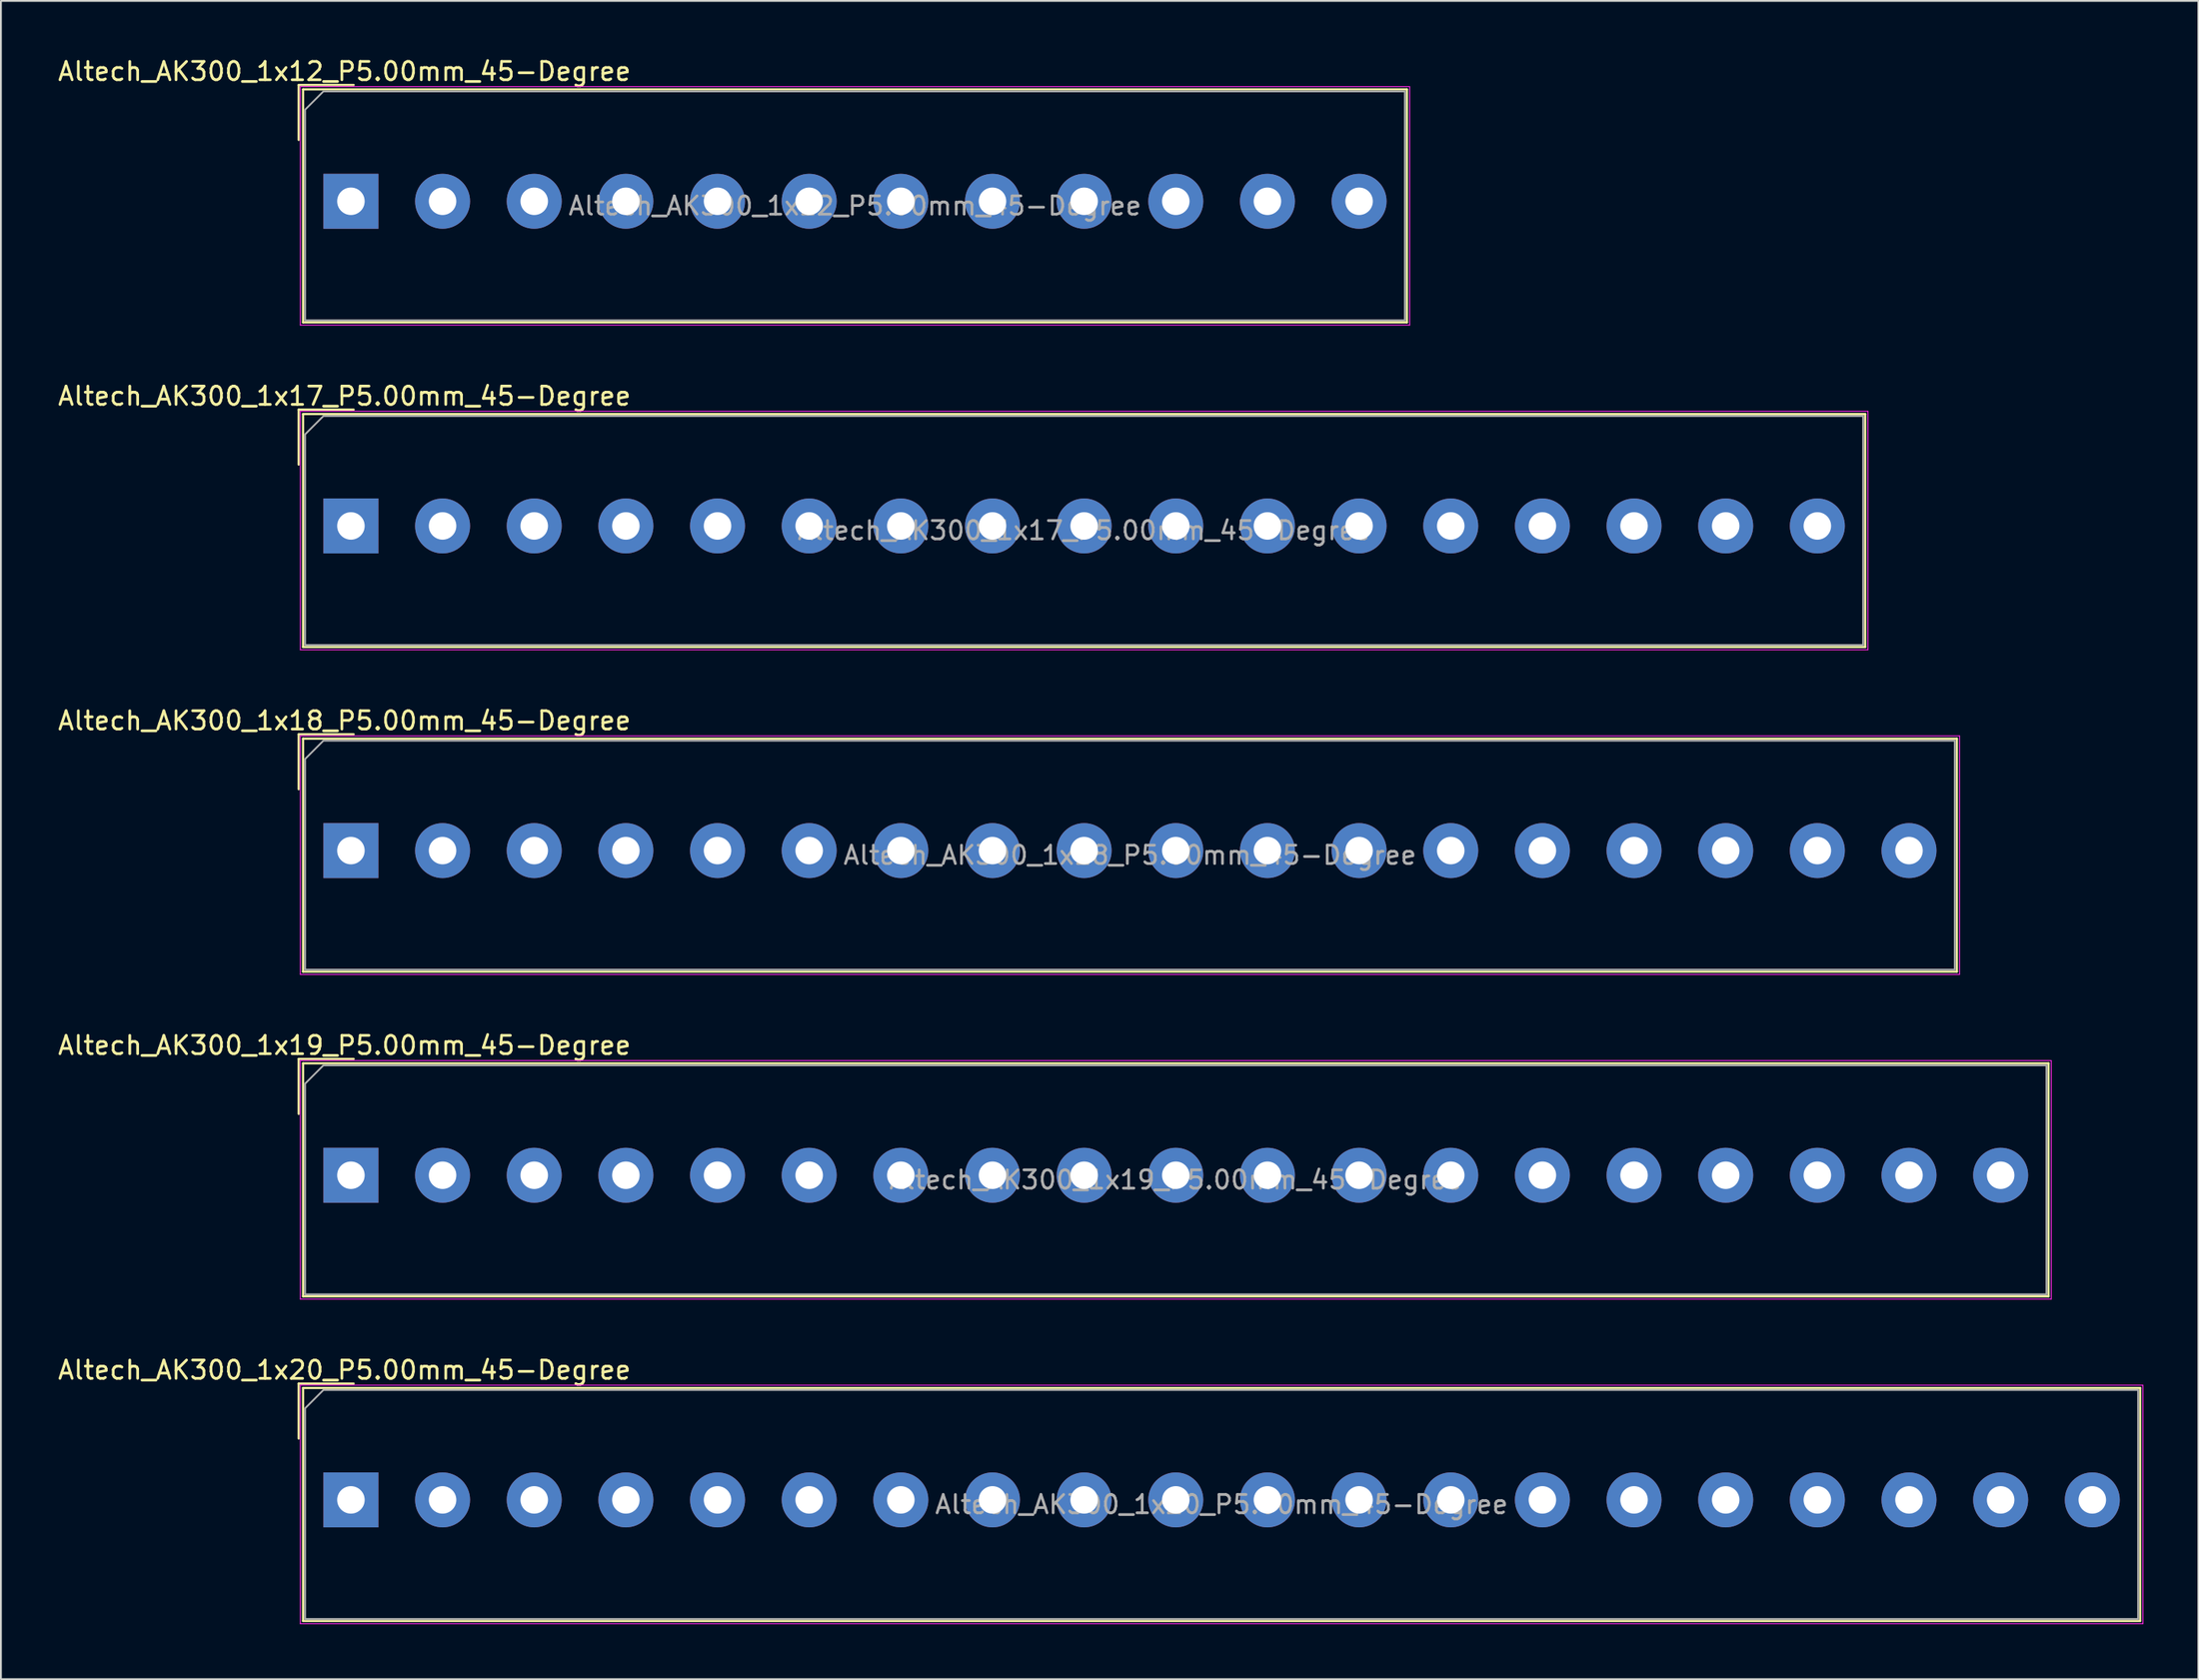
<source format=kicad_pcb>
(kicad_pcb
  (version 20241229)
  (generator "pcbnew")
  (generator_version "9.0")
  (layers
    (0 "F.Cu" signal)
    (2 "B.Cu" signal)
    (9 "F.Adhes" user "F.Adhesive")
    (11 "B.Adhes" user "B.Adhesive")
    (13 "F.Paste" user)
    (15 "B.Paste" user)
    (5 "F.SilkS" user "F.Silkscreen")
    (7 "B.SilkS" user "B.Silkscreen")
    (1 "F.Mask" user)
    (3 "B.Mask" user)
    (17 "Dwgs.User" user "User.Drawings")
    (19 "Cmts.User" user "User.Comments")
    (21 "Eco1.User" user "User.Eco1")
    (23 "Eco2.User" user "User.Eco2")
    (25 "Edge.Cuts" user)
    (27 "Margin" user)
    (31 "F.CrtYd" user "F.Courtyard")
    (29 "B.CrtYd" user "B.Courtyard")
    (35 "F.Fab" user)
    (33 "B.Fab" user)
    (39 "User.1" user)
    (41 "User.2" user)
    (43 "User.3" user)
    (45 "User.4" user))
  (footprint "Altech_AK300_1x17_P5.00mm_45-Degree"
    (layer "F.Cu")
    (at 16.094 25.662)
    (property "Reference" "Altech_AK300_1x17_P5.00mm_45-Degree" (at -0.35 -7.09 0) (layer "F.SilkS") (effects (font (size 1 1) (thickness 0.15))))
    (attr through_hole)
    (fp_line (start -2.85 -6.35) (end 0.15 -6.35) (stroke (width 0.12) (type solid)) (layer "F.SilkS"))
    (fp_line (start -2.85 -3.35) (end -2.85 -6.35) (stroke (width 0.12) (type solid)) (layer "F.SilkS"))
    (fp_line (start -2.61 -6.11) (end -2.61 6.61) (stroke (width 0.12) (type solid)) (layer "F.SilkS"))
    (fp_line (start -2.61 -6.11) (end 82.61 -6.11) (stroke (width 0.12) (type solid)) (layer "F.SilkS"))
    (fp_line (start -2.61 6.61) (end 82.61 6.61) (stroke (width 0.12) (type solid)) (layer "F.SilkS"))
    (fp_line (start 82.61 -6.11) (end 82.61 6.61) (stroke (width 0.12) (type solid)) (layer "F.SilkS"))
    (fp_line (start -2.76 -6.26) (end -2.76 6.76) (stroke (width 0.05) (type solid)) (layer "F.CrtYd"))
    (fp_line (start -2.76 6.76) (end 82.76 6.76) (stroke (width 0.05) (type solid)) (layer "F.CrtYd"))
    (fp_line (start 82.76 -6.26) (end -2.76 -6.26) (stroke (width 0.05) (type solid)) (layer "F.CrtYd"))
    (fp_line (start 82.76 6.76) (end 82.76 -6.26) (stroke (width 0.05) (type solid)) (layer "F.CrtYd"))
    (fp_poly (pts (xy -2.5 -5) (xy -2.5 6.5) (xy 82.5 6.5) (xy 82.5 -6) (xy -1.5 -6)) (stroke (width 0.1) (type solid)) (fill no) (layer "F.Fab"))
    (fp_text user "${REFERENCE}" (at 40 0.25 0) (layer "F.Fab") (effects (font (size 1 1) (thickness 0.15))))
    (pad "1" thru_hole rect (at 0 0) (size 3 3) (drill 1.5) (layers "*.Cu" "*.Mask"))
    (pad "2" thru_hole circle (at 5 0) (size 3 3) (drill 1.5) (layers "*.Cu" "*.Mask"))
    (pad "3" thru_hole circle (at 10 0) (size 3 3) (drill 1.5) (layers "*.Cu" "*.Mask"))
    (pad "4" thru_hole circle (at 15 0) (size 3 3) (drill 1.5) (layers "*.Cu" "*.Mask"))
    (pad "5" thru_hole circle (at 20 0) (size 3 3) (drill 1.5) (layers "*.Cu" "*.Mask"))
    (pad "6" thru_hole circle (at 25 0) (size 3 3) (drill 1.5) (layers "*.Cu" "*.Mask"))
    (pad "7" thru_hole circle (at 30 0) (size 3 3) (drill 1.5) (layers "*.Cu" "*.Mask"))
    (pad "8" thru_hole circle (at 35 0) (size 3 3) (drill 1.5) (layers "*.Cu" "*.Mask"))
    (pad "9" thru_hole circle (at 40 0) (size 3 3) (drill 1.5) (layers "*.Cu" "*.Mask"))
    (pad "10" thru_hole circle (at 45 0) (size 3 3) (drill 1.5) (layers "*.Cu" "*.Mask"))
    (pad "11" thru_hole circle (at 50 0) (size 3 3) (drill 1.5) (layers "*.Cu" "*.Mask"))
    (pad "12" thru_hole circle (at 55 0) (size 3 3) (drill 1.5) (layers "*.Cu" "*.Mask"))
    (pad "13" thru_hole circle (at 60 0) (size 3 3) (drill 1.5) (layers "*.Cu" "*.Mask"))
    (pad "14" thru_hole circle (at 65 0) (size 3 3) (drill 1.5) (layers "*.Cu" "*.Mask"))
    (pad "15" thru_hole circle (at 70 0) (size 3 3) (drill 1.5) (layers "*.Cu" "*.Mask"))
    (pad "16" thru_hole circle (at 75 0) (size 3 3) (drill 1.5) (layers "*.Cu" "*.Mask"))
    (pad "17" thru_hole circle (at 80 0) (size 3 3) (drill 1.5) (layers "*.Cu" "*.Mask")))
  (footprint "Altech_AK300_1x12_P5.00mm_45-Degree"
    (layer "F.Cu")
    (at 16.094 7.938)
    (property "Reference" "Altech_AK300_1x12_P5.00mm_45-Degree" (at -0.35 -7.09 0) (layer "F.SilkS") (effects (font (size 1 1) (thickness 0.15))))
    (attr through_hole)
    (fp_line (start -2.85 -6.35) (end 0.15 -6.35) (stroke (width 0.12) (type solid)) (layer "F.SilkS"))
    (fp_line (start -2.85 -3.35) (end -2.85 -6.35) (stroke (width 0.12) (type solid)) (layer "F.SilkS"))
    (fp_line (start -2.61 -6.11) (end -2.61 6.61) (stroke (width 0.12) (type solid)) (layer "F.SilkS"))
    (fp_line (start -2.61 -6.11) (end 57.61 -6.11) (stroke (width 0.12) (type solid)) (layer "F.SilkS"))
    (fp_line (start -2.61 6.61) (end 57.61 6.61) (stroke (width 0.12) (type solid)) (layer "F.SilkS"))
    (fp_line (start 57.61 -6.11) (end 57.61 6.61) (stroke (width 0.12) (type solid)) (layer "F.SilkS"))
    (fp_line (start -2.76 -6.26) (end -2.76 6.76) (stroke (width 0.05) (type solid)) (layer "F.CrtYd"))
    (fp_line (start -2.76 6.76) (end 57.76 6.76) (stroke (width 0.05) (type solid)) (layer "F.CrtYd"))
    (fp_line (start 57.76 -6.26) (end -2.76 -6.26) (stroke (width 0.05) (type solid)) (layer "F.CrtYd"))
    (fp_line (start 57.76 6.76) (end 57.76 -6.26) (stroke (width 0.05) (type solid)) (layer "F.CrtYd"))
    (fp_poly (pts (xy -2.5 -5) (xy -2.5 6.5) (xy 57.5 6.5) (xy 57.5 -6) (xy -1.5 -6)) (stroke (width 0.1) (type solid)) (fill no) (layer "F.Fab"))
    (fp_text user "${REFERENCE}" (at 27.5 0.25 0) (layer "F.Fab") (effects (font (size 1 1) (thickness 0.15))))
    (pad "1" thru_hole rect (at 0 0) (size 3 3) (drill 1.5) (layers "*.Cu" "*.Mask"))
    (pad "2" thru_hole circle (at 5 0) (size 3 3) (drill 1.5) (layers "*.Cu" "*.Mask"))
    (pad "3" thru_hole circle (at 10 0) (size 3 3) (drill 1.5) (layers "*.Cu" "*.Mask"))
    (pad "4" thru_hole circle (at 15 0) (size 3 3) (drill 1.5) (layers "*.Cu" "*.Mask"))
    (pad "5" thru_hole circle (at 20 0) (size 3 3) (drill 1.5) (layers "*.Cu" "*.Mask"))
    (pad "6" thru_hole circle (at 25 0) (size 3 3) (drill 1.5) (layers "*.Cu" "*.Mask"))
    (pad "7" thru_hole circle (at 30 0) (size 3 3) (drill 1.5) (layers "*.Cu" "*.Mask"))
    (pad "8" thru_hole circle (at 35 0) (size 3 3) (drill 1.5) (layers "*.Cu" "*.Mask"))
    (pad "9" thru_hole circle (at 40 0) (size 3 3) (drill 1.5) (layers "*.Cu" "*.Mask"))
    (pad "10" thru_hole circle (at 45 0) (size 3 3) (drill 1.5) (layers "*.Cu" "*.Mask"))
    (pad "11" thru_hole circle (at 50 0) (size 3 3) (drill 1.5) (layers "*.Cu" "*.Mask"))
    (pad "12" thru_hole circle (at 55 0) (size 3 3) (drill 1.5) (layers "*.Cu" "*.Mask")))
  (footprint "Altech_AK300_1x19_P5.00mm_45-Degree"
    (layer "F.Cu")
    (at 16.094 61.108)
    (property "Reference" "Altech_AK300_1x19_P5.00mm_45-Degree" (at -0.35 -7.09 0) (layer "F.SilkS") (effects (font (size 1 1) (thickness 0.15))))
    (attr through_hole)
    (fp_line (start -2.85 -6.35) (end 0.15 -6.35) (stroke (width 0.12) (type solid)) (layer "F.SilkS"))
    (fp_line (start -2.85 -3.35) (end -2.85 -6.35) (stroke (width 0.12) (type solid)) (layer "F.SilkS"))
    (fp_line (start -2.61 -6.11) (end -2.61 6.61) (stroke (width 0.12) (type solid)) (layer "F.SilkS"))
    (fp_line (start -2.61 -6.11) (end 92.61 -6.11) (stroke (width 0.12) (type solid)) (layer "F.SilkS"))
    (fp_line (start -2.61 6.61) (end 92.61 6.61) (stroke (width 0.12) (type solid)) (layer "F.SilkS"))
    (fp_line (start 92.61 -6.11) (end 92.61 6.61) (stroke (width 0.12) (type solid)) (layer "F.SilkS"))
    (fp_line (start -2.76 -6.26) (end -2.76 6.76) (stroke (width 0.05) (type solid)) (layer "F.CrtYd"))
    (fp_line (start -2.76 6.76) (end 92.76 6.76) (stroke (width 0.05) (type solid)) (layer "F.CrtYd"))
    (fp_line (start 92.76 -6.26) (end -2.76 -6.26) (stroke (width 0.05) (type solid)) (layer "F.CrtYd"))
    (fp_line (start 92.76 6.76) (end 92.76 -6.26) (stroke (width 0.05) (type solid)) (layer "F.CrtYd"))
    (fp_poly (pts (xy -2.5 -5) (xy -2.5 6.5) (xy 92.5 6.5) (xy 92.5 -6) (xy -1.5 -6)) (stroke (width 0.1) (type solid)) (fill no) (layer "F.Fab"))
    (fp_text user "${REFERENCE}" (at 45 0.25 0) (layer "F.Fab") (effects (font (size 1 1) (thickness 0.15))))
    (pad "1" thru_hole rect (at 0 0) (size 3 3) (drill 1.5) (layers "*.Cu" "*.Mask"))
    (pad "2" thru_hole circle (at 5 0) (size 3 3) (drill 1.5) (layers "*.Cu" "*.Mask"))
    (pad "3" thru_hole circle (at 10 0) (size 3 3) (drill 1.5) (layers "*.Cu" "*.Mask"))
    (pad "4" thru_hole circle (at 15 0) (size 3 3) (drill 1.5) (layers "*.Cu" "*.Mask"))
    (pad "5" thru_hole circle (at 20 0) (size 3 3) (drill 1.5) (layers "*.Cu" "*.Mask"))
    (pad "6" thru_hole circle (at 25 0) (size 3 3) (drill 1.5) (layers "*.Cu" "*.Mask"))
    (pad "7" thru_hole circle (at 30 0) (size 3 3) (drill 1.5) (layers "*.Cu" "*.Mask"))
    (pad "8" thru_hole circle (at 35 0) (size 3 3) (drill 1.5) (layers "*.Cu" "*.Mask"))
    (pad "9" thru_hole circle (at 40 0) (size 3 3) (drill 1.5) (layers "*.Cu" "*.Mask"))
    (pad "10" thru_hole circle (at 45 0) (size 3 3) (drill 1.5) (layers "*.Cu" "*.Mask"))
    (pad "11" thru_hole circle (at 50 0) (size 3 3) (drill 1.5) (layers "*.Cu" "*.Mask"))
    (pad "12" thru_hole circle (at 55 0) (size 3 3) (drill 1.5) (layers "*.Cu" "*.Mask"))
    (pad "13" thru_hole circle (at 60 0) (size 3 3) (drill 1.5) (layers "*.Cu" "*.Mask"))
    (pad "14" thru_hole circle (at 65 0) (size 3 3) (drill 1.5) (layers "*.Cu" "*.Mask"))
    (pad "15" thru_hole circle (at 70 0) (size 3 3) (drill 1.5) (layers "*.Cu" "*.Mask"))
    (pad "16" thru_hole circle (at 75 0) (size 3 3) (drill 1.5) (layers "*.Cu" "*.Mask"))
    (pad "17" thru_hole circle (at 80 0) (size 3 3) (drill 1.5) (layers "*.Cu" "*.Mask"))
    (pad "18" thru_hole circle (at 85 0) (size 3 3) (drill 1.5) (layers "*.Cu" "*.Mask"))
    (pad "19" thru_hole circle (at 90 0) (size 3 3) (drill 1.5) (layers "*.Cu" "*.Mask")))
  (footprint "Altech_AK300_1x20_P5.00mm_45-Degree"
    (layer "F.Cu")
    (at 16.094 78.831)
    (property "Reference" "Altech_AK300_1x20_P5.00mm_45-Degree" (at -0.35 -7.09 0) (layer "F.SilkS") (effects (font (size 1 1) (thickness 0.15))))
    (attr through_hole)
    (fp_line (start -2.85 -6.35) (end 0.15 -6.35) (stroke (width 0.12) (type solid)) (layer "F.SilkS"))
    (fp_line (start -2.85 -3.35) (end -2.85 -6.35) (stroke (width 0.12) (type solid)) (layer "F.SilkS"))
    (fp_line (start -2.61 -6.11) (end -2.61 6.61) (stroke (width 0.12) (type solid)) (layer "F.SilkS"))
    (fp_line (start -2.61 -6.11) (end 97.61 -6.11) (stroke (width 0.12) (type solid)) (layer "F.SilkS"))
    (fp_line (start -2.61 6.61) (end 97.61 6.61) (stroke (width 0.12) (type solid)) (layer "F.SilkS"))
    (fp_line (start 97.61 -6.11) (end 97.61 6.61) (stroke (width 0.12) (type solid)) (layer "F.SilkS"))
    (fp_line (start -2.76 -6.26) (end -2.76 6.76) (stroke (width 0.05) (type solid)) (layer "F.CrtYd"))
    (fp_line (start -2.76 6.76) (end 97.76 6.76) (stroke (width 0.05) (type solid)) (layer "F.CrtYd"))
    (fp_line (start 97.76 -6.26) (end -2.76 -6.26) (stroke (width 0.05) (type solid)) (layer "F.CrtYd"))
    (fp_line (start 97.76 6.76) (end 97.76 -6.26) (stroke (width 0.05) (type solid)) (layer "F.CrtYd"))
    (fp_poly (pts (xy -2.5 -5) (xy -2.5 6.5) (xy 97.5 6.5) (xy 97.5 -6) (xy -1.5 -6)) (stroke (width 0.1) (type solid)) (fill no) (layer "F.Fab"))
    (fp_text user "${REFERENCE}" (at 47.5 0.25 0) (layer "F.Fab") (effects (font (size 1 1) (thickness 0.15))))
    (pad "1" thru_hole rect (at 0 0) (size 3 3) (drill 1.5) (layers "*.Cu" "*.Mask"))
    (pad "2" thru_hole circle (at 5 0) (size 3 3) (drill 1.5) (layers "*.Cu" "*.Mask"))
    (pad "3" thru_hole circle (at 10 0) (size 3 3) (drill 1.5) (layers "*.Cu" "*.Mask"))
    (pad "4" thru_hole circle (at 15 0) (size 3 3) (drill 1.5) (layers "*.Cu" "*.Mask"))
    (pad "5" thru_hole circle (at 20 0) (size 3 3) (drill 1.5) (layers "*.Cu" "*.Mask"))
    (pad "6" thru_hole circle (at 25 0) (size 3 3) (drill 1.5) (layers "*.Cu" "*.Mask"))
    (pad "7" thru_hole circle (at 30 0) (size 3 3) (drill 1.5) (layers "*.Cu" "*.Mask"))
    (pad "8" thru_hole circle (at 35 0) (size 3 3) (drill 1.5) (layers "*.Cu" "*.Mask"))
    (pad "9" thru_hole circle (at 40 0) (size 3 3) (drill 1.5) (layers "*.Cu" "*.Mask"))
    (pad "10" thru_hole circle (at 45 0) (size 3 3) (drill 1.5) (layers "*.Cu" "*.Mask"))
    (pad "11" thru_hole circle (at 50 0) (size 3 3) (drill 1.5) (layers "*.Cu" "*.Mask"))
    (pad "12" thru_hole circle (at 55 0) (size 3 3) (drill 1.5) (layers "*.Cu" "*.Mask"))
    (pad "13" thru_hole circle (at 60 0) (size 3 3) (drill 1.5) (layers "*.Cu" "*.Mask"))
    (pad "14" thru_hole circle (at 65 0) (size 3 3) (drill 1.5) (layers "*.Cu" "*.Mask"))
    (pad "15" thru_hole circle (at 70 0) (size 3 3) (drill 1.5) (layers "*.Cu" "*.Mask"))
    (pad "16" thru_hole circle (at 75 0) (size 3 3) (drill 1.5) (layers "*.Cu" "*.Mask"))
    (pad "17" thru_hole circle (at 80 0) (size 3 3) (drill 1.5) (layers "*.Cu" "*.Mask"))
    (pad "18" thru_hole circle (at 85 0) (size 3 3) (drill 1.5) (layers "*.Cu" "*.Mask"))
    (pad "19" thru_hole circle (at 90 0) (size 3 3) (drill 1.5) (layers "*.Cu" "*.Mask"))
    (pad "20" thru_hole circle (at 95 0) (size 3 3) (drill 1.5) (layers "*.Cu" "*.Mask")))
  (footprint "Altech_AK300_1x18_P5.00mm_45-Degree"
    (layer "F.Cu")
    (at 16.094 43.385)
    (property "Reference" "Altech_AK300_1x18_P5.00mm_45-Degree" (at -0.35 -7.09 0) (layer "F.SilkS") (effects (font (size 1 1) (thickness 0.15))))
    (attr through_hole)
    (fp_line (start -2.85 -6.35) (end 0.15 -6.35) (stroke (width 0.12) (type solid)) (layer "F.SilkS"))
    (fp_line (start -2.85 -3.35) (end -2.85 -6.35) (stroke (width 0.12) (type solid)) (layer "F.SilkS"))
    (fp_line (start -2.61 -6.11) (end -2.61 6.61) (stroke (width 0.12) (type solid)) (layer "F.SilkS"))
    (fp_line (start -2.61 -6.11) (end 87.61 -6.11) (stroke (width 0.12) (type solid)) (layer "F.SilkS"))
    (fp_line (start -2.61 6.61) (end 87.61 6.61) (stroke (width 0.12) (type solid)) (layer "F.SilkS"))
    (fp_line (start 87.61 -6.11) (end 87.61 6.61) (stroke (width 0.12) (type solid)) (layer "F.SilkS"))
    (fp_line (start -2.76 -6.26) (end -2.76 6.76) (stroke (width 0.05) (type solid)) (layer "F.CrtYd"))
    (fp_line (start -2.76 6.76) (end 87.76 6.76) (stroke (width 0.05) (type solid)) (layer "F.CrtYd"))
    (fp_line (start 87.76 -6.26) (end -2.76 -6.26) (stroke (width 0.05) (type solid)) (layer "F.CrtYd"))
    (fp_line (start 87.76 6.76) (end 87.76 -6.26) (stroke (width 0.05) (type solid)) (layer "F.CrtYd"))
    (fp_poly (pts (xy -2.5 -5) (xy -2.5 6.5) (xy 87.5 6.5) (xy 87.5 -6) (xy -1.5 -6)) (stroke (width 0.1) (type solid)) (fill no) (layer "F.Fab"))
    (fp_text user "${REFERENCE}" (at 42.5 0.25 0) (layer "F.Fab") (effects (font (size 1 1) (thickness 0.15))))
    (pad "1" thru_hole rect (at 0 0) (size 3 3) (drill 1.5) (layers "*.Cu" "*.Mask"))
    (pad "2" thru_hole circle (at 5 0) (size 3 3) (drill 1.5) (layers "*.Cu" "*.Mask"))
    (pad "3" thru_hole circle (at 10 0) (size 3 3) (drill 1.5) (layers "*.Cu" "*.Mask"))
    (pad "4" thru_hole circle (at 15 0) (size 3 3) (drill 1.5) (layers "*.Cu" "*.Mask"))
    (pad "5" thru_hole circle (at 20 0) (size 3 3) (drill 1.5) (layers "*.Cu" "*.Mask"))
    (pad "6" thru_hole circle (at 25 0) (size 3 3) (drill 1.5) (layers "*.Cu" "*.Mask"))
    (pad "7" thru_hole circle (at 30 0) (size 3 3) (drill 1.5) (layers "*.Cu" "*.Mask"))
    (pad "8" thru_hole circle (at 35 0) (size 3 3) (drill 1.5) (layers "*.Cu" "*.Mask"))
    (pad "9" thru_hole circle (at 40 0) (size 3 3) (drill 1.5) (layers "*.Cu" "*.Mask"))
    (pad "10" thru_hole circle (at 45 0) (size 3 3) (drill 1.5) (layers "*.Cu" "*.Mask"))
    (pad "11" thru_hole circle (at 50 0) (size 3 3) (drill 1.5) (layers "*.Cu" "*.Mask"))
    (pad "12" thru_hole circle (at 55 0) (size 3 3) (drill 1.5) (layers "*.Cu" "*.Mask"))
    (pad "13" thru_hole circle (at 60 0) (size 3 3) (drill 1.5) (layers "*.Cu" "*.Mask"))
    (pad "14" thru_hole circle (at 65 0) (size 3 3) (drill 1.5) (layers "*.Cu" "*.Mask"))
    (pad "15" thru_hole circle (at 70 0) (size 3 3) (drill 1.5) (layers "*.Cu" "*.Mask"))
    (pad "16" thru_hole circle (at 75 0) (size 3 3) (drill 1.5) (layers "*.Cu" "*.Mask"))
    (pad "17" thru_hole circle (at 80 0) (size 3 3) (drill 1.5) (layers "*.Cu" "*.Mask"))
    (pad "18" thru_hole circle (at 85 0) (size 3 3) (drill 1.5) (layers "*.Cu" "*.Mask")))
  (gr_rect
    (start -3 -3)
    (end 116.879 88.616)
    (stroke (width 0.1) (type default))
    (fill no)
    (layer "Edge.Cuts")))
</source>
